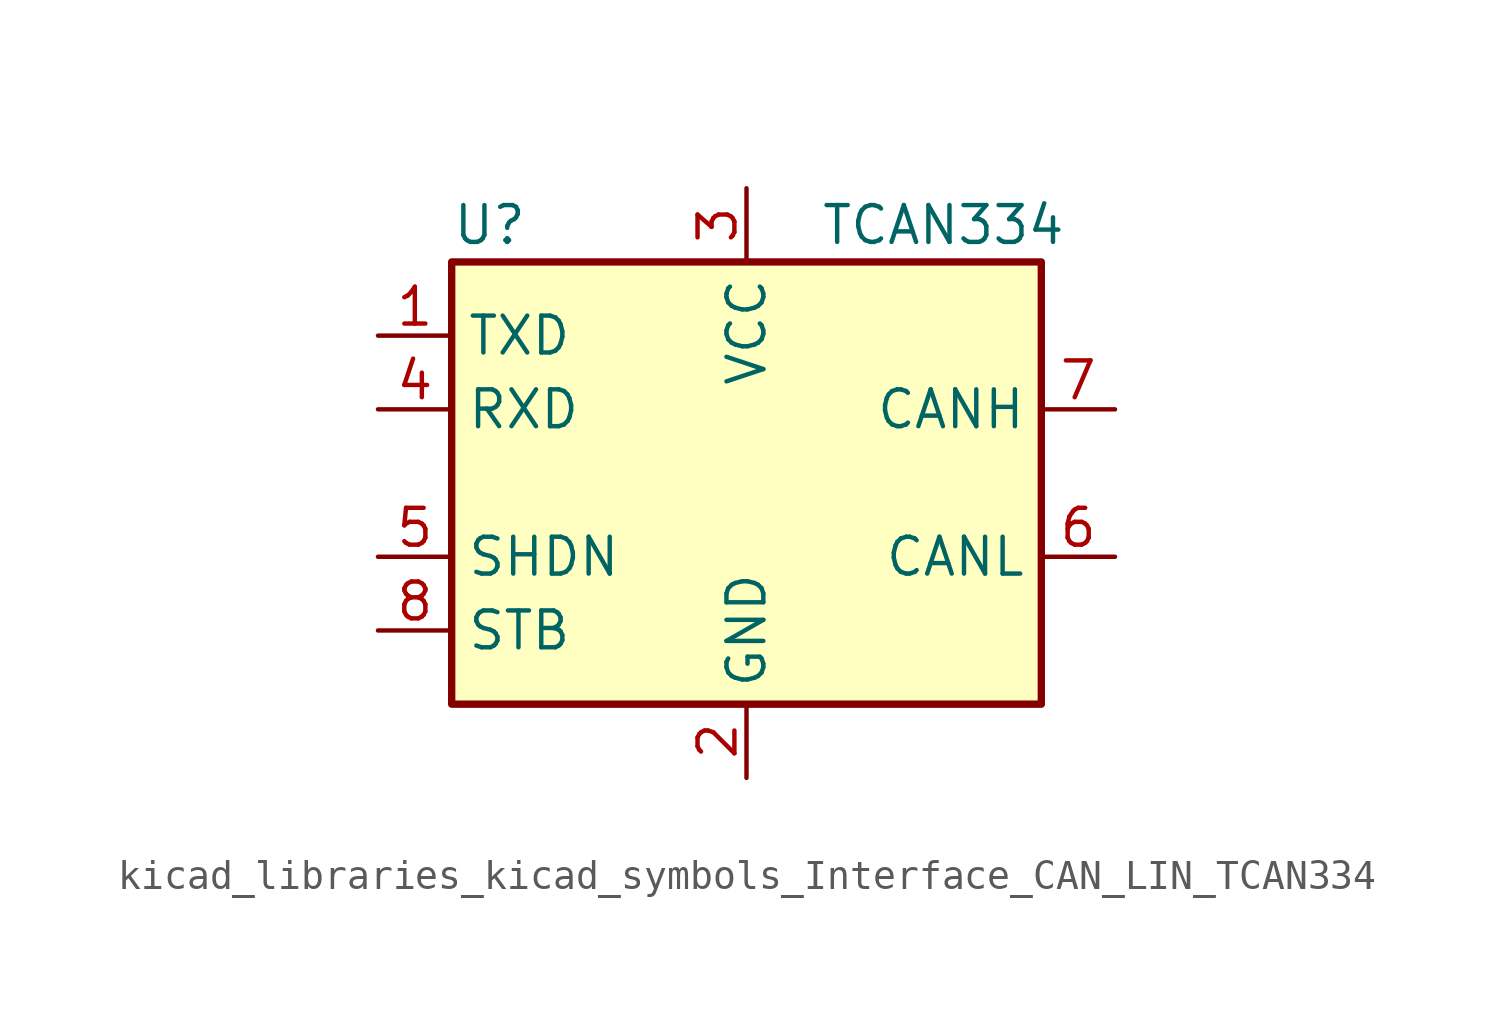
<source format=kicad_sym>
(kicad_symbol_lib
  (version 20220914)
  (generator kicad_symbol_editor)
  (symbol "kicad_libraries_kicad_symbols_Interface_CAN_LIN_TCAN334"
    (property "Reference" "U"
      (at -10.16 8.89 0)
      (effects (font (size 1.27 1.27)) (justify left)))
    (property "Value" "TCAN334"
      (at 2.54 8.89 0)
      (effects (font (size 1.27 1.27)) (justify left)))
    (symbol "kicad_libraries_kicad_symbols_Interface_CAN_LIN_TCAN334_0_1"
      (rectangle (start -10.16 7.62) (end 10.16 -7.62) (stroke (width 0.254) (type default)) (fill (type background))))
    (symbol "kicad_libraries_kicad_symbols_Interface_CAN_LIN_TCAN334_1_1"
      (pin input line (at -12.7 5.08 0) (length 2.54) (name "TXD" (effects (font (size 1.27 1.27)))) (number "1" (effects (font (size 1.27 1.27)))))
      (pin power_in line (at 0 -10.16 90) (length 2.54) (name "GND" (effects (font (size 1.27 1.27)))) (number "2" (effects (font (size 1.27 1.27)))))
      (pin power_in line (at 0 10.16 270) (length 2.54) (name "VCC" (effects (font (size 1.27 1.27)))) (number "3" (effects (font (size 1.27 1.27)))))
      (pin tri_state line (at -12.7 2.54 0) (length 2.54) (name "RXD" (effects (font (size 1.27 1.27)))) (number "4" (effects (font (size 1.27 1.27)))))
      (pin input line (at -12.7 -2.54 0) (length 2.54) (name "SHDN" (effects (font (size 1.27 1.27)))) (number "5" (effects (font (size 1.27 1.27)))))
      (pin bidirectional line (at 12.7 -2.54 180) (length 2.54) (name "CANL" (effects (font (size 1.27 1.27)))) (number "6" (effects (font (size 1.27 1.27)))))
      (pin bidirectional line (at 12.7 2.54 180) (length 2.54) (name "CANH" (effects (font (size 1.27 1.27)))) (number "7" (effects (font (size 1.27 1.27)))))
      (pin input line (at -12.7 -5.08 0) (length 2.54) (name "STB" (effects (font (size 1.27 1.27)))) (number "8" (effects (font (size 1.27 1.27))))))))
</source>
